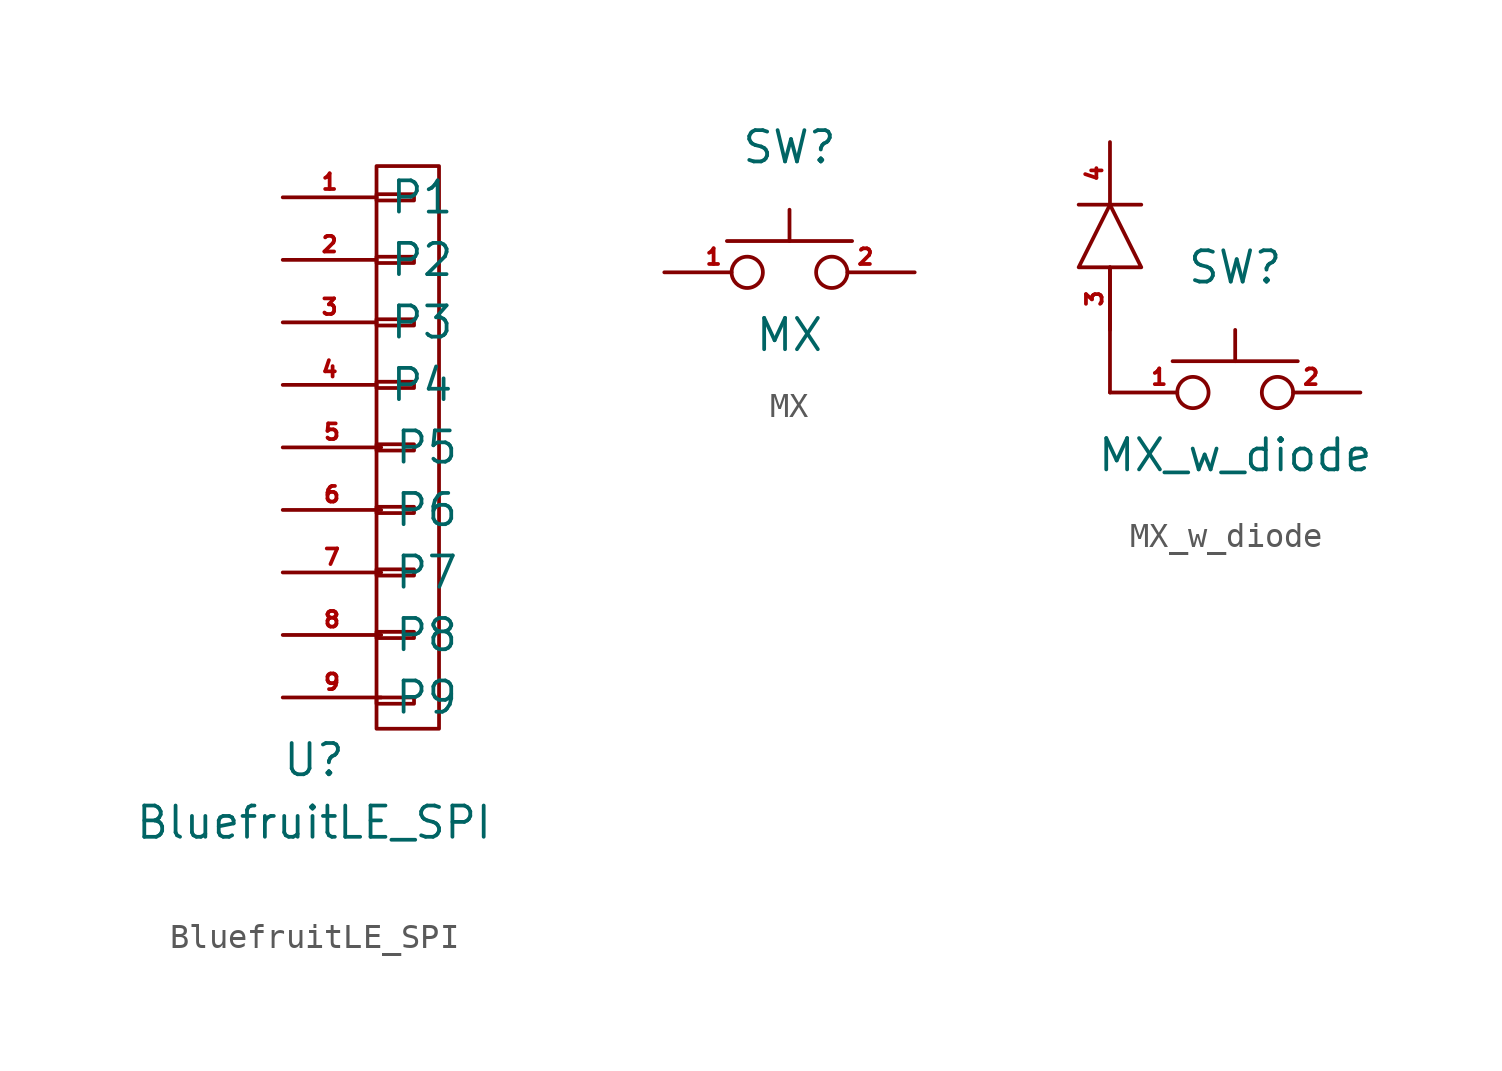
<source format=kicad_sym>
(kicad_symbol_lib
  (version 20211014)
  (generator kicad_symbol_editor)
  (symbol "BluefruitLE_SPI"
    (property "Reference" "U"
      (at 0 1.27 0)
      (effects (font (size 1.27 1.27))))
    (property "Value" "BluefruitLE_SPI"
      (at 0 -1.27 0)
      (effects (font (size 1.27 1.27))))
    (symbol "BluefruitLE_SPI_0_1"
      (rectangle (start 2.54 3.81) (end 4.064 3.556) (stroke (width 0) (type default) (color 0 0 0 0)) (fill (type none)))
      (rectangle (start 2.54 6.477) (end 4.064 6.223) (stroke (width 0) (type default) (color 0 0 0 0)) (fill (type none)))
      (rectangle (start 2.54 9.017) (end 4.064 8.763) (stroke (width 0) (type default) (color 0 0 0 0)) (fill (type none)))
      (rectangle (start 2.54 11.557) (end 4.064 11.303) (stroke (width 0) (type default) (color 0 0 0 0)) (fill (type none)))
      (rectangle (start 2.54 14.097) (end 4.064 13.843) (stroke (width 0) (type default) (color 0 0 0 0)) (fill (type none)))
      (rectangle (start 2.54 16.637) (end 4.064 16.383) (stroke (width 0) (type default) (color 0 0 0 0)) (fill (type none)))
      (rectangle (start 2.54 19.177) (end 4.064 18.923) (stroke (width 0) (type default) (color 0 0 0 0)) (fill (type none)))
      (rectangle (start 2.54 21.717) (end 4.064 21.463) (stroke (width 0) (type default) (color 0 0 0 0)) (fill (type none)))
      (rectangle (start 2.54 24.257) (end 4.064 24.003) (stroke (width 0) (type default) (color 0 0 0 0)) (fill (type none)))
      (rectangle (start 2.54 25.4) (end 5.08 2.54) (stroke (width 0) (type default) (color 0 0 0 0)) (fill (type none))))
    (symbol "BluefruitLE_SPI_1_1"
      (pin input line (at -1.27 24.13 0) (length 3.81) (name "P1" (effects (font (size 1.27 1.27)))) (number "1" (effects (font (size 0.635 0.635)))))
      (pin input line (at -1.27 21.59 0) (length 3.81) (name "P2" (effects (font (size 1.27 1.27)))) (number "2" (effects (font (size 0.635 0.635)))))
      (pin input line (at -1.27 19.05 0) (length 3.81) (name "P3" (effects (font (size 1.27 1.27)))) (number "3" (effects (font (size 0.635 0.635)))))
      (pin input line (at -1.27 16.51 0) (length 3.81) (name "P4" (effects (font (size 1.27 1.27)))) (number "4" (effects (font (size 0.635 0.635)))))
      (pin input line (at -1.27 13.97 0) (length 4) (name "P5" (effects (font (size 1.27 1.27)))) (number "5" (effects (font (size 0.635 0.635)))))
      (pin input line (at -1.27 11.43 0) (length 4) (name "P6" (effects (font (size 1.27 1.27)))) (number "6" (effects (font (size 0.635 0.635)))))
      (pin input line (at -1.27 8.89 0) (length 4) (name "P7" (effects (font (size 1.27 1.27)))) (number "7" (effects (font (size 0.635 0.635)))))
      (pin input line (at -1.27 6.35 0) (length 4) (name "P8" (effects (font (size 1.27 1.27)))) (number "8" (effects (font (size 0.635 0.635)))))
      (pin input line (at -1.27 3.81 0) (length 4) (name "P9" (effects (font (size 1.27 1.27)))) (number "9" (effects (font (size 0.635 0.635)))))))
  (symbol "MX"
    (property "Reference" "SW"
      (at -2.54 -1.27 0)
      (effects (font (size 1.27 1.27))))
    (property "Value" "MX"
      (at -2.54 -8.89 0)
      (effects (font (size 1.27 1.27))))
    (symbol "MX_0_1"
      (polyline (pts (xy -5.08 -5.08) (xy 0 -5.08)) (stroke (width 0) (type default) (color 0 0 0 0)) (fill (type none)))
      (polyline (pts (xy -2.54 -5.08) (xy -2.54 -3.81)) (stroke (width 0) (type default) (color 0 0 0 0)) (fill (type none))))
    (symbol "MX_1_1"
      (pin input inverted (at -7.62 -6.35 0) (length 4) (name "~" (effects (font (size 1.27 1.27)))) (number "1" (effects (font (size 0.635 0.635)))))
      (pin input inverted (at 2.54 -6.35 180) (length 4) (name "~" (effects (font (size 1.27 1.27)))) (number "2" (effects (font (size 0.635 0.635)))))))
  (symbol "MX_w_diode"
    (property "Reference" "SW"
      (at -2.54 -1.27 0)
      (effects (font (size 1.27 1.27))))
    (property "Value" "MX_w_diode"
      (at -2.54 -8.89 0)
      (effects (font (size 1.27 1.27))))
    (symbol "MX_w_diode_0_1"
      (polyline (pts (xy -8.89 1.27) (xy -6.35 1.27)) (stroke (width 0) (type default) (color 0 0 0 0)) (fill (type none)))
      (polyline (pts (xy -7.62 -1.27) (xy -7.62 -6.35)) (stroke (width 0) (type default) (color 0 0 0 0)) (fill (type none)))
      (polyline (pts (xy -5.08 -5.08) (xy 0 -5.08)) (stroke (width 0) (type default) (color 0 0 0 0)) (fill (type none)))
      (polyline (pts (xy -2.54 -5.08) (xy -2.54 -3.81)) (stroke (width 0) (type default) (color 0 0 0 0)) (fill (type none)))
      (polyline (pts (xy -8.89 -1.27) (xy -6.35 -1.27) (xy -7.62 1.27) (xy -8.89 -1.27)) (stroke (width 0) (type default) (color 0 0 0 0)) (fill (type none))))
    (symbol "MX_w_diode_1_1"
      (pin input inverted (at -7.62 -6.35 0) (length 4) (name "~" (effects (font (size 1.27 1.27)))) (number "1" (effects (font (size 0.635 0.635)))))
      (pin input inverted (at 2.54 -6.35 180) (length 4) (name "~" (effects (font (size 1.27 1.27)))) (number "2" (effects (font (size 0.635 0.635)))))
      (pin input line (at -7.62 -3.81 90) (length 2.54) (name "~" (effects (font (size 1.27 1.27)))) (number "3" (effects (font (size 0.635 0.635)))))
      (pin input line (at -7.62 3.81 270) (length 2.54) (name "~" (effects (font (size 1.27 1.27)))) (number "4" (effects (font (size 0.635 0.635))))))))
</source>
